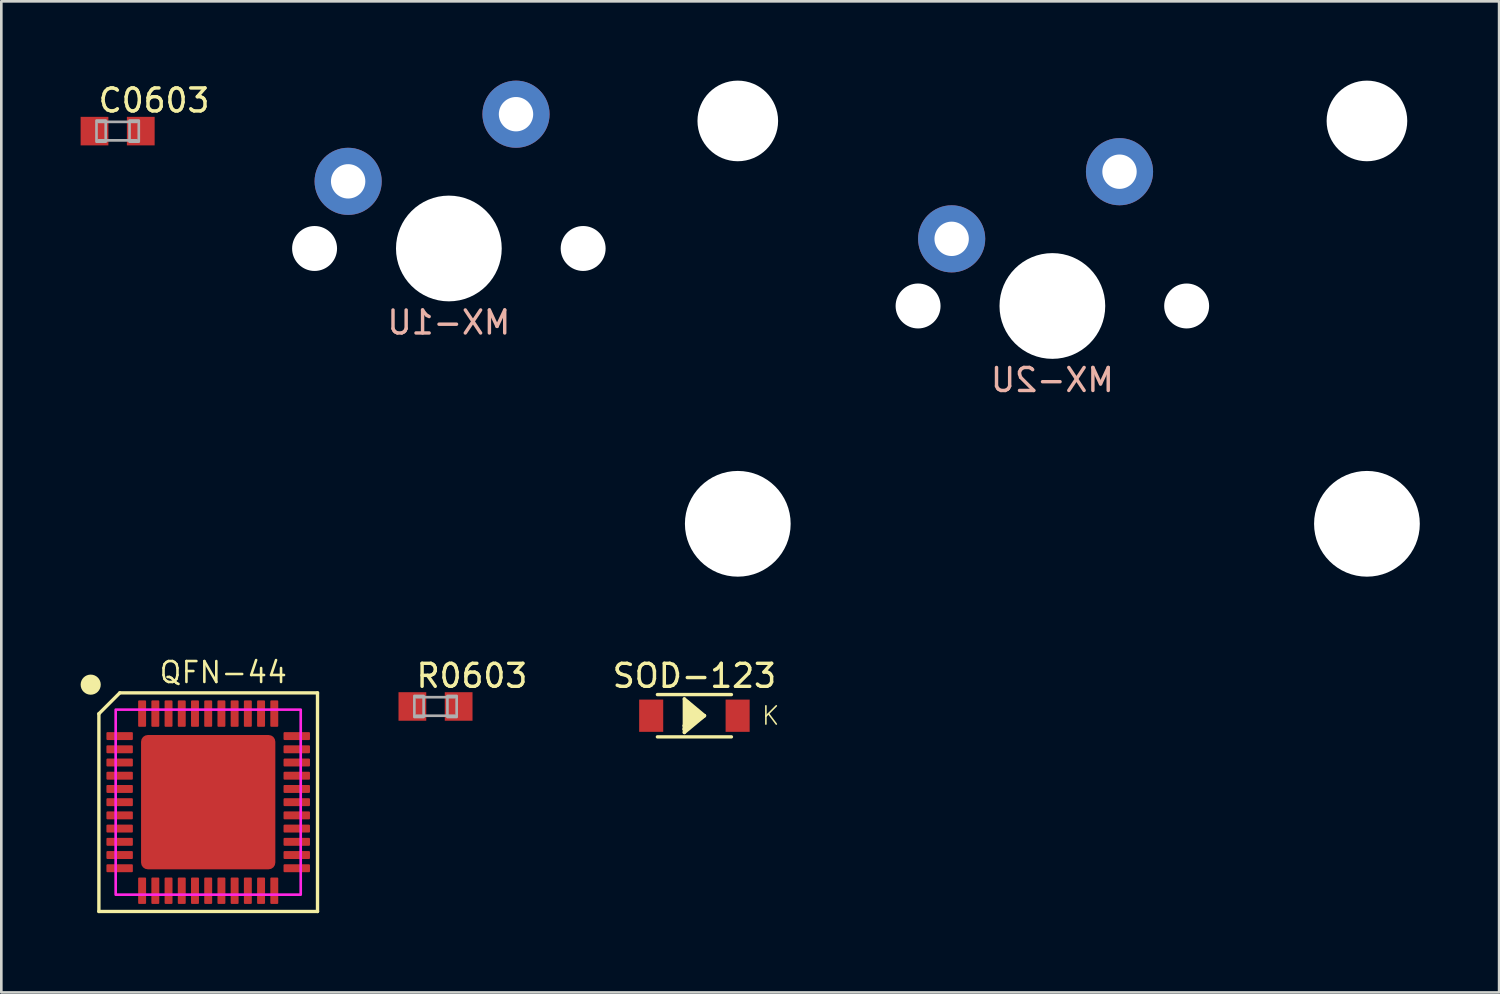
<source format=kicad_pcb>
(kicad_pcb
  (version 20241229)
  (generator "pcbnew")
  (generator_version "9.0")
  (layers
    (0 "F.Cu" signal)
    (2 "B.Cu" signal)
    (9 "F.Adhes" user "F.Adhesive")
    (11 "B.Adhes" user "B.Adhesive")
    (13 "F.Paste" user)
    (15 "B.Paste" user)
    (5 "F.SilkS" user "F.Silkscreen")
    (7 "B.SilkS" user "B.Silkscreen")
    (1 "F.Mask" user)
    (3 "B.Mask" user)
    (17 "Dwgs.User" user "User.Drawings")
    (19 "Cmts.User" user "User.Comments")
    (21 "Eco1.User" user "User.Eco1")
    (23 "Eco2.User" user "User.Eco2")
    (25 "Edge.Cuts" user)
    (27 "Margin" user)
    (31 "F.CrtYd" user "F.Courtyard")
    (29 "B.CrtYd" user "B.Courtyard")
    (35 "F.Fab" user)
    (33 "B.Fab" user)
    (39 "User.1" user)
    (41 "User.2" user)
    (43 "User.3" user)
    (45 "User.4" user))
  (footprint "MX-1U"
    (layer "F.Cu")
    (at 13.93 6.35)
    (property "Reference" "MX-1U" (at 0 2.8 0) (layer "B.SilkS") (effects (font (size 0.87 0.87) (thickness 0.13)) (justify mirror)))
    (pad "" np_thru_hole circle (at -5.08 0) (size 1.7 1.7) (drill 1.7) (layers "*.Cu" "*.Mask"))
    (pad "" np_thru_hole circle (at 0 0) (size 4 4) (drill 4) (layers "*.Cu" "*.Mask"))
    (pad "" np_thru_hole circle (at 5.08 0) (size 1.7 1.7) (drill 1.7) (layers "*.Cu" "*.Mask"))
    (pad "MX1" thru_hole circle (at -3.81 -2.54) (size 2.54 2.54) (drill 1.3) (layers "*.Cu" "*.Mask"))
    (pad "MX2" thru_hole circle (at 2.54 -5.08) (size 2.54 2.54) (drill 1.3) (layers "*.Cu" "*.Mask")))
  (footprint "C0603"
    (layer "F.Cu")
    (at 1.4 1.91)
    (property "Reference" "C0603" (at -0.8 -0.65 0) (layer "F.SilkS") (effects (font (size 0.87 0.87) (thickness 0.13)) (justify left bottom)))
    (fp_line (start -0.725 -0.35) (end 0.725 -0.35) (stroke (width 0.102) (type solid)) (layer "F.Fab"))
    (fp_line (start 0.725 0.35) (end -0.725 0.35) (stroke (width 0.102) (type solid)) (layer "F.Fab"))
    (fp_poly (pts (xy -0.8 0.4) (xy -0.45 0.4) (xy -0.45 -0.4) (xy -0.8 -0.4)) (stroke (width 0.1) (type solid)) (fill no) (layer "F.Fab"))
    (fp_poly (pts (xy 0.45 0.4) (xy 0.8 0.4) (xy 0.8 -0.4) (xy 0.45 -0.4)) (stroke (width 0.1) (type solid)) (fill no) (layer "F.Fab"))
    (pad "1" smd rect (at -0.875 0) (size 1.05 1.08) (layers "F.Cu" "F.Mask" "F.Paste"))
    (pad "2" smd rect (at 0.875 0) (size 1.05 1.08) (layers "F.Cu" "F.Mask" "F.Paste")))
  (footprint "QFN-44"
    (layer "F.Cu")
    (at 4.826 27.295)
    (property "Reference" "QFN-44" (at -1.905 -4.445 0) (layer "F.SilkS") (effects (font (size 0.791 0.791) (thickness 0.098)) (justify left bottom)))
    (fp_line (start -4.135 -3.344) (end -3.344 -4.135) (stroke (width 0.127) (type solid)) (layer "F.SilkS"))
    (fp_line (start -4.135 4.135) (end -4.135 -3.344) (stroke (width 0.127) (type solid)) (layer "F.SilkS"))
    (fp_line (start -3.344 -4.135) (end 4.135 -4.135) (stroke (width 0.127) (type solid)) (layer "F.SilkS"))
    (fp_line (start 4.135 -4.135) (end 4.135 4.135) (stroke (width 0.127) (type solid)) (layer "F.SilkS"))
    (fp_line (start 4.135 4.135) (end -4.135 4.135) (stroke (width 0.127) (type solid)) (layer "F.SilkS"))
    (fp_circle (center -4.445 -4.445) (end -4.255 -4.445) (stroke (width 0.381) (type solid)) (fill yes) (layer "F.SilkS"))
    (fp_poly (pts (xy -3.5 3.5) (xy 3.5 3.5) (xy 3.5 -3.5) (xy -3.5 -3.5)) (stroke (width 0.1) (type solid)) (fill no) (layer "F.CrtYd"))
    (pad "1" smd roundrect (at -3.35 -2.5 180) (size 1 0.3) (layers "F.Cu" "F.Mask" "F.Paste") (roundrect_rratio 0.125))
    (pad "2" smd roundrect (at -3.35 -2 180) (size 1 0.3) (layers "F.Cu" "F.Mask" "F.Paste") (roundrect_rratio 0.125))
    (pad "3" smd roundrect (at -3.35 -1.5 180) (size 1 0.3) (layers "F.Cu" "F.Mask" "F.Paste") (roundrect_rratio 0.125))
    (pad "4" smd roundrect (at -3.35 -1 180) (size 1 0.3) (layers "F.Cu" "F.Mask" "F.Paste") (roundrect_rratio 0.125))
    (pad "5" smd roundrect (at -3.35 -0.5 180) (size 1 0.3) (layers "F.Cu" "F.Mask" "F.Paste") (roundrect_rratio 0.125))
    (pad "6" smd roundrect (at -3.35 0 180) (size 1 0.3) (layers "F.Cu" "F.Mask" "F.Paste") (roundrect_rratio 0.125))
    (pad "7" smd roundrect (at -3.35 0.5 180) (size 1 0.3) (layers "F.Cu" "F.Mask" "F.Paste") (roundrect_rratio 0.125))
    (pad "8" smd roundrect (at -3.35 1 180) (size 1 0.3) (layers "F.Cu" "F.Mask" "F.Paste") (roundrect_rratio 0.125))
    (pad "9" smd roundrect (at -3.35 1.5 180) (size 1 0.3) (layers "F.Cu" "F.Mask" "F.Paste") (roundrect_rratio 0.125))
    (pad "10" smd roundrect (at -3.35 2 180) (size 1 0.3) (layers "F.Cu" "F.Mask" "F.Paste") (roundrect_rratio 0.125))
    (pad "11" smd roundrect (at -3.35 2.5 180) (size 1 0.3) (layers "F.Cu" "F.Mask" "F.Paste") (roundrect_rratio 0.125))
    (pad "12" smd roundrect (at -2.5 3.35 270) (size 1 0.3) (layers "F.Cu" "F.Mask" "F.Paste") (roundrect_rratio 0.125))
    (pad "13" smd roundrect (at -2 3.35 270) (size 1 0.3) (layers "F.Cu" "F.Mask" "F.Paste") (roundrect_rratio 0.125))
    (pad "14" smd roundrect (at -1.5 3.35 270) (size 1 0.3) (layers "F.Cu" "F.Mask" "F.Paste") (roundrect_rratio 0.125))
    (pad "15" smd roundrect (at -1 3.35 270) (size 1 0.3) (layers "F.Cu" "F.Mask" "F.Paste") (roundrect_rratio 0.125))
    (pad "16" smd roundrect (at -0.5 3.35 270) (size 1 0.3) (layers "F.Cu" "F.Mask" "F.Paste") (roundrect_rratio 0.125))
    (pad "17" smd roundrect (at 0 3.35 270) (size 1 0.3) (layers "F.Cu" "F.Mask" "F.Paste") (roundrect_rratio 0.125))
    (pad "18" smd roundrect (at 0.5 3.35 270) (size 1 0.3) (layers "F.Cu" "F.Mask" "F.Paste") (roundrect_rratio 0.125))
    (pad "19" smd roundrect (at 1 3.35 270) (size 1 0.3) (layers "F.Cu" "F.Mask" "F.Paste") (roundrect_rratio 0.125))
    (pad "20" smd roundrect (at 1.5 3.35 270) (size 1 0.3) (layers "F.Cu" "F.Mask" "F.Paste") (roundrect_rratio 0.125))
    (pad "21" smd roundrect (at 2 3.35 270) (size 1 0.3) (layers "F.Cu" "F.Mask" "F.Paste") (roundrect_rratio 0.125))
    (pad "22" smd roundrect (at 2.5 3.35 270) (size 1 0.3) (layers "F.Cu" "F.Mask" "F.Paste") (roundrect_rratio 0.125))
    (pad "23" smd roundrect (at 3.35 2.5) (size 1 0.3) (layers "F.Cu" "F.Mask" "F.Paste") (roundrect_rratio 0.125))
    (pad "24" smd roundrect (at 3.35 2) (size 1 0.3) (layers "F.Cu" "F.Mask" "F.Paste") (roundrect_rratio 0.125))
    (pad "25" smd roundrect (at 3.35 1.5) (size 1 0.3) (layers "F.Cu" "F.Mask" "F.Paste") (roundrect_rratio 0.125))
    (pad "26" smd roundrect (at 3.35 1) (size 1 0.3) (layers "F.Cu" "F.Mask" "F.Paste") (roundrect_rratio 0.125))
    (pad "27" smd roundrect (at 3.35 0.5) (size 1 0.3) (layers "F.Cu" "F.Mask" "F.Paste") (roundrect_rratio 0.125))
    (pad "28" smd roundrect (at 3.35 0) (size 1 0.3) (layers "F.Cu" "F.Mask" "F.Paste") (roundrect_rratio 0.125))
    (pad "29" smd roundrect (at 3.35 -0.5) (size 1 0.3) (layers "F.Cu" "F.Mask" "F.Paste") (roundrect_rratio 0.125))
    (pad "30" smd roundrect (at 3.35 -1) (size 1 0.3) (layers "F.Cu" "F.Mask" "F.Paste") (roundrect_rratio 0.125))
    (pad "31" smd roundrect (at 3.35 -1.5) (size 1 0.3) (layers "F.Cu" "F.Mask" "F.Paste") (roundrect_rratio 0.125))
    (pad "32" smd roundrect (at 3.35 -2) (size 1 0.3) (layers "F.Cu" "F.Mask" "F.Paste") (roundrect_rratio 0.125))
    (pad "33" smd roundrect (at 3.35 -2.5) (size 1 0.3) (layers "F.Cu" "F.Mask" "F.Paste") (roundrect_rratio 0.125))
    (pad "34" smd roundrect (at 2.5 -3.35 90) (size 1 0.3) (layers "F.Cu" "F.Mask" "F.Paste") (roundrect_rratio 0.125))
    (pad "35" smd roundrect (at 2 -3.35 90) (size 1 0.3) (layers "F.Cu" "F.Mask" "F.Paste") (roundrect_rratio 0.125))
    (pad "36" smd roundrect (at 1.5 -3.35 90) (size 1 0.3) (layers "F.Cu" "F.Mask" "F.Paste") (roundrect_rratio 0.125))
    (pad "37" smd roundrect (at 1 -3.35 90) (size 1 0.3) (layers "F.Cu" "F.Mask" "F.Paste") (roundrect_rratio 0.125))
    (pad "38" smd roundrect (at 0.5 -3.35 90) (size 1 0.3) (layers "F.Cu" "F.Mask" "F.Paste") (roundrect_rratio 0.125))
    (pad "39" smd roundrect (at 0 -3.35 90) (size 1 0.3) (layers "F.Cu" "F.Mask" "F.Paste") (roundrect_rratio 0.125))
    (pad "40" smd roundrect (at -0.5 -3.35 90) (size 1 0.3) (layers "F.Cu" "F.Mask" "F.Paste") (roundrect_rratio 0.125))
    (pad "41" smd roundrect (at -1 -3.35 90) (size 1 0.3) (layers "F.Cu" "F.Mask" "F.Paste") (roundrect_rratio 0.125))
    (pad "42" smd roundrect (at -1.5 -3.35 90) (size 1 0.3) (layers "F.Cu" "F.Mask" "F.Paste") (roundrect_rratio 0.125))
    (pad "43" smd roundrect (at -2 -3.35 90) (size 1 0.3) (layers "F.Cu" "F.Mask" "F.Paste") (roundrect_rratio 0.125))
    (pad "44" smd roundrect (at -2.5 -3.35 90) (size 1 0.3) (layers "F.Cu" "F.Mask" "F.Paste") (roundrect_rratio 0.125))
    (pad "TAB" smd roundrect (at 0 0) (size 5.08 5.08) (layers "F.Cu" "F.Mask" "F.Paste") (roundrect_rratio 0.05)))
  (footprint "R0603"
    (layer "F.Cu")
    (at 13.425 23.675)
    (property "Reference" "R0603" (at -0.8 -0.65 0) (layer "F.SilkS") (effects (font (size 0.87 0.87) (thickness 0.13)) (justify left bottom)))
    (fp_line (start -0.725 -0.35) (end 0.725 -0.35) (stroke (width 0.102) (type solid)) (layer "F.Fab"))
    (fp_line (start 0.725 0.35) (end -0.725 0.35) (stroke (width 0.102) (type solid)) (layer "F.Fab"))
    (fp_poly (pts (xy -0.8 0.4) (xy -0.45 0.4) (xy -0.45 -0.4) (xy -0.8 -0.4)) (stroke (width 0.1) (type solid)) (fill no) (layer "F.Fab"))
    (fp_poly (pts (xy 0.45 0.4) (xy 0.8 0.4) (xy 0.8 -0.4) (xy 0.45 -0.4)) (stroke (width 0.1) (type solid)) (fill no) (layer "F.Fab"))
    (pad "1" smd rect (at -0.875 0) (size 1.05 1.08) (layers "F.Cu" "F.Mask" "F.Paste"))
    (pad "2" smd rect (at 0.875 0) (size 1.05 1.08) (layers "F.Cu" "F.Mask" "F.Paste")))
  (footprint "SOD-123"
    (layer "F.Cu")
    (at 23.219 24.025)
    (property "Reference" "SOD-123" (at 0 -1 0) (layer "F.SilkS") (effects (font (size 0.87 0.87) (thickness 0.13)) (justify bottom)))
    (fp_line (start -1.4 -0.8) (end 1.4 -0.8) (stroke (width 0.127) (type solid)) (layer "F.SilkS"))
    (fp_line (start -0.381 -0.635) (end 0.381 0) (stroke (width 0.127) (type solid)) (layer "F.SilkS"))
    (fp_line (start -0.381 0.381) (end -0.381 -0.635) (stroke (width 0.127) (type solid)) (layer "F.SilkS"))
    (fp_line (start -0.381 0.381) (end -0.254 -0.381) (stroke (width 0.127) (type solid)) (layer "F.SilkS"))
    (fp_line (start -0.381 0.508) (end -0.381 0.381) (stroke (width 0.127) (type solid)) (layer "F.SilkS"))
    (fp_line (start -0.381 0.508) (end -0.254 -0.508) (stroke (width 0.127) (type solid)) (layer "F.SilkS"))
    (fp_line (start -0.381 0.635) (end -0.381 0.508) (stroke (width 0.127) (type solid)) (layer "F.SilkS"))
    (fp_line (start -0.254 -0.508) (end 0.254 0) (stroke (width 0.127) (type solid)) (layer "F.SilkS"))
    (fp_line (start -0.254 -0.381) (end 0.127 0) (stroke (width 0.127) (type solid)) (layer "F.SilkS"))
    (fp_line (start -0.254 -0.254) (end -0.127 -0.127) (stroke (width 0.127) (type solid)) (layer "F.SilkS"))
    (fp_line (start -0.254 0.127) (end -0.254 -0.254) (stroke (width 0.127) (type solid)) (layer "F.SilkS"))
    (fp_line (start -0.254 0.127) (end -0.127 -0.127) (stroke (width 0.127) (type solid)) (layer "F.SilkS"))
    (fp_line (start -0.254 0.254) (end -0.254 0.127) (stroke (width 0.127) (type solid)) (layer "F.SilkS"))
    (fp_line (start -0.127 -0.127) (end -0.127 0) (stroke (width 0.127) (type solid)) (layer "F.SilkS"))
    (fp_line (start -0.127 -0.127) (end 0 0) (stroke (width 0.127) (type solid)) (layer "F.SilkS"))
    (fp_line (start 0 0) (end -0.254 0.127) (stroke (width 0.127) (type solid)) (layer "F.SilkS"))
    (fp_line (start 0.127 0) (end -0.254 0.254) (stroke (width 0.127) (type solid)) (layer "F.SilkS"))
    (fp_line (start 0.254 0) (end -0.381 0.381) (stroke (width 0.127) (type solid)) (layer "F.SilkS"))
    (fp_line (start 0.381 0) (end -0.381 0.508) (stroke (width 0.127) (type solid)) (layer "F.SilkS"))
    (fp_line (start 0.381 0) (end -0.381 0.635) (stroke (width 0.127) (type solid)) (layer "F.SilkS"))
    (fp_line (start 1.4 0.8) (end -1.4 0.8) (stroke (width 0.127) (type solid)) (layer "F.SilkS"))
    (fp_text user "K" (at 2.5 0 0) (layer "F.SilkS") (effects (font (size 0.69 0.69) (thickness 0.06)) (justify left)))
    (pad "A" smd rect (at -1.635 0) (size 0.91 1.22) (layers "F.Cu" "F.Mask" "F.Paste"))
    (pad "C" smd rect (at 1.635 0) (size 0.91 1.22) (layers "F.Cu" "F.Mask" "F.Paste")))
  (footprint "MX-2U"
    (layer "F.Cu")
    (at 36.76 8.525)
    (property "Reference" "MX-2U" (at 0 2.8 0) (layer "B.SilkS") (effects (font (size 0.87 0.87) (thickness 0.13)) (justify mirror)))
    (pad "" np_thru_hole circle (at -11.9 -7) (size 3.05 3.05) (drill 3.05) (layers "*.Cu" "*.Mask"))
    (pad "" np_thru_hole circle (at -11.9 8.24) (size 4 4) (drill 4) (layers "*.Cu" "*.Mask"))
    (pad "" np_thru_hole circle (at -5.08 0) (size 1.7 1.7) (drill 1.7) (layers "*.Cu" "*.Mask"))
    (pad "" np_thru_hole circle (at 0 0) (size 4 4) (drill 4) (layers "*.Cu" "*.Mask"))
    (pad "" np_thru_hole circle (at 5.08 0) (size 1.7 1.7) (drill 1.7) (layers "*.Cu" "*.Mask"))
    (pad "" np_thru_hole circle (at 11.9 -7) (size 3.05 3.05) (drill 3.05) (layers "*.Cu" "*.Mask"))
    (pad "" np_thru_hole circle (at 11.9 8.24) (size 4 4) (drill 4) (layers "*.Cu" "*.Mask"))
    (pad "MX1" thru_hole circle (at -3.81 -2.54) (size 2.54 2.54) (drill 1.3) (layers "*.Cu" "*.Mask"))
    (pad "MX2" thru_hole circle (at 2.54 -5.08) (size 2.54 2.54) (drill 1.3) (layers "*.Cu" "*.Mask")))
  (gr_rect
    (start -3 -3)
    (end 53.66 34.493)
    (stroke (width 0.1) (type default))
    (fill no)
    (layer "Edge.Cuts")))
</source>
